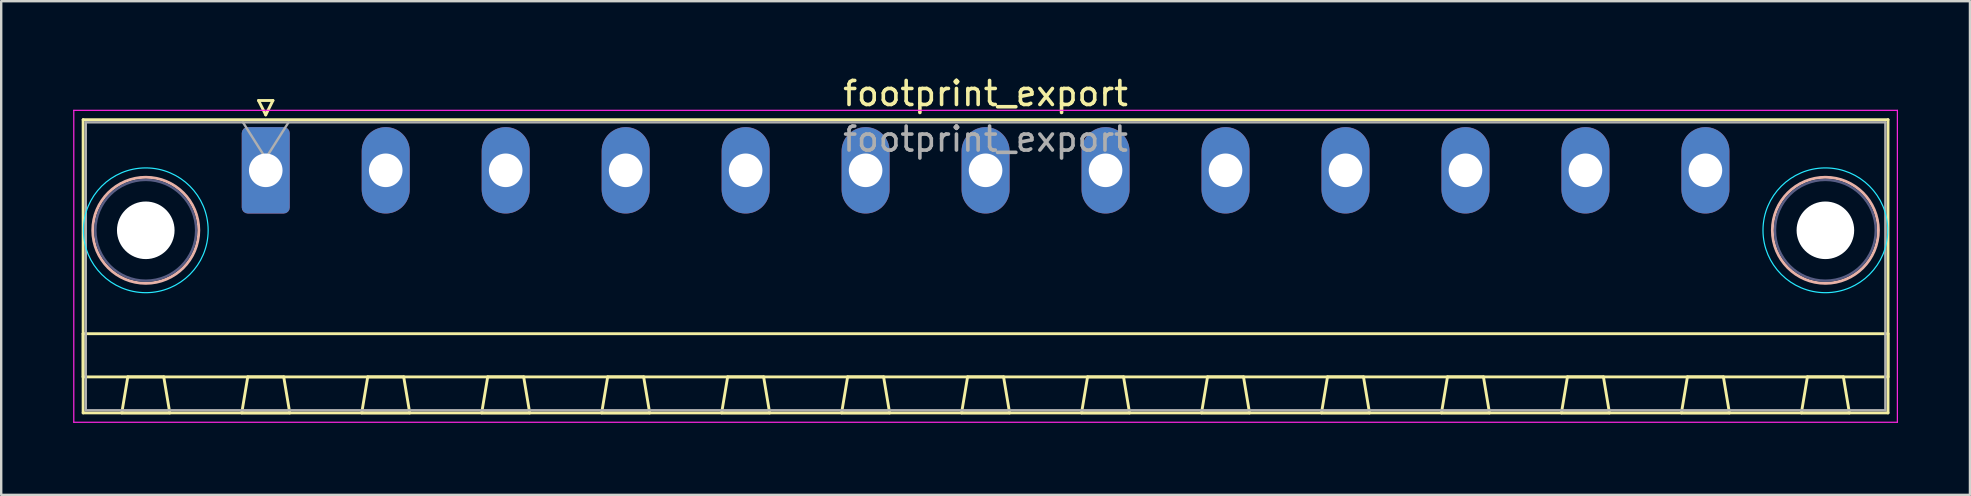
<source format=kicad_pcb>
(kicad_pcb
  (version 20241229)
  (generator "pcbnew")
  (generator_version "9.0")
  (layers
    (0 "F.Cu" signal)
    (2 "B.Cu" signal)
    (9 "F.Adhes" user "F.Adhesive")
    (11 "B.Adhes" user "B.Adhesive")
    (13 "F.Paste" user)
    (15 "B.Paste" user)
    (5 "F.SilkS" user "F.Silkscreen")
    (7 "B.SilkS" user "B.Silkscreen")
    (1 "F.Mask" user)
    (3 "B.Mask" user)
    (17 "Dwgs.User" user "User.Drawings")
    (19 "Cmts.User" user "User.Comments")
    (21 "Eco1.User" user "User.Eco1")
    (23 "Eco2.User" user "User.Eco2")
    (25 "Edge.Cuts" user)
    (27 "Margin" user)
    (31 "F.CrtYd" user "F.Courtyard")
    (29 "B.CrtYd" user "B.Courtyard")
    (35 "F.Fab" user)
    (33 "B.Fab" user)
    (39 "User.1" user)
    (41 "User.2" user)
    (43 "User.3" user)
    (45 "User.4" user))
  (footprint "footprint_export"
    (layer "F.Cu")
    (at 8.025 4.048)
    (property "Reference" "footprint_export" (at 30 -3.2 0) (layer "F.SilkS") (effects (font (size 1 1) (thickness 0.15))))
    (attr through_hole)
    (fp_line (start -7.61 -2.11) (end -7.61 10.11) (stroke (width 0.12) (type solid)) (layer "F.SilkS"))
    (fp_line (start -7.61 6.81) (end 67.61 6.81) (stroke (width 0.12) (type solid)) (layer "F.SilkS"))
    (fp_line (start -7.61 8.61) (end -7.61 6.81) (stroke (width 0.12) (type solid)) (layer "F.SilkS"))
    (fp_line (start -7.61 10.11) (end 67.61 10.11) (stroke (width 0.12) (type solid)) (layer "F.SilkS"))
    (fp_line (start -6 10.11) (end -4 10.11) (stroke (width 0.12) (type solid)) (layer "F.SilkS"))
    (fp_line (start -5.75 8.61) (end -6 10.11) (stroke (width 0.12) (type solid)) (layer "F.SilkS"))
    (fp_line (start -4.25 8.61) (end -5.75 8.61) (stroke (width 0.12) (type solid)) (layer "F.SilkS"))
    (fp_line (start -4 10.11) (end -4.25 8.61) (stroke (width 0.12) (type solid)) (layer "F.SilkS"))
    (fp_line (start -1 10.11) (end 1 10.11) (stroke (width 0.12) (type solid)) (layer "F.SilkS"))
    (fp_line (start -0.75 8.61) (end -1 10.11) (stroke (width 0.12) (type solid)) (layer "F.SilkS"))
    (fp_line (start -0.3 -2.91) (end 0.3 -2.91) (stroke (width 0.12) (type solid)) (layer "F.SilkS"))
    (fp_line (start 0 -2.31) (end -0.3 -2.91) (stroke (width 0.12) (type solid)) (layer "F.SilkS"))
    (fp_line (start 0.3 -2.91) (end 0 -2.31) (stroke (width 0.12) (type solid)) (layer "F.SilkS"))
    (fp_line (start 0.75 8.61) (end -0.75 8.61) (stroke (width 0.12) (type solid)) (layer "F.SilkS"))
    (fp_line (start 1 10.11) (end 0.75 8.61) (stroke (width 0.12) (type solid)) (layer "F.SilkS"))
    (fp_line (start 4 10.11) (end 6 10.11) (stroke (width 0.12) (type solid)) (layer "F.SilkS"))
    (fp_line (start 4.25 8.61) (end 4 10.11) (stroke (width 0.12) (type solid)) (layer "F.SilkS"))
    (fp_line (start 5.75 8.61) (end 4.25 8.61) (stroke (width 0.12) (type solid)) (layer "F.SilkS"))
    (fp_line (start 6 10.11) (end 5.75 8.61) (stroke (width 0.12) (type solid)) (layer "F.SilkS"))
    (fp_line (start 9 10.11) (end 11 10.11) (stroke (width 0.12) (type solid)) (layer "F.SilkS"))
    (fp_line (start 9.25 8.61) (end 9 10.11) (stroke (width 0.12) (type solid)) (layer "F.SilkS"))
    (fp_line (start 10.75 8.61) (end 9.25 8.61) (stroke (width 0.12) (type solid)) (layer "F.SilkS"))
    (fp_line (start 11 10.11) (end 10.75 8.61) (stroke (width 0.12) (type solid)) (layer "F.SilkS"))
    (fp_line (start 14 10.11) (end 16 10.11) (stroke (width 0.12) (type solid)) (layer "F.SilkS"))
    (fp_line (start 14.25 8.61) (end 14 10.11) (stroke (width 0.12) (type solid)) (layer "F.SilkS"))
    (fp_line (start 15.75 8.61) (end 14.25 8.61) (stroke (width 0.12) (type solid)) (layer "F.SilkS"))
    (fp_line (start 16 10.11) (end 15.75 8.61) (stroke (width 0.12) (type solid)) (layer "F.SilkS"))
    (fp_line (start 19 10.11) (end 21 10.11) (stroke (width 0.12) (type solid)) (layer "F.SilkS"))
    (fp_line (start 19.25 8.61) (end 19 10.11) (stroke (width 0.12) (type solid)) (layer "F.SilkS"))
    (fp_line (start 20.75 8.61) (end 19.25 8.61) (stroke (width 0.12) (type solid)) (layer "F.SilkS"))
    (fp_line (start 21 10.11) (end 20.75 8.61) (stroke (width 0.12) (type solid)) (layer "F.SilkS"))
    (fp_line (start 24 10.11) (end 26 10.11) (stroke (width 0.12) (type solid)) (layer "F.SilkS"))
    (fp_line (start 24.25 8.61) (end 24 10.11) (stroke (width 0.12) (type solid)) (layer "F.SilkS"))
    (fp_line (start 25.75 8.61) (end 24.25 8.61) (stroke (width 0.12) (type solid)) (layer "F.SilkS"))
    (fp_line (start 26 10.11) (end 25.75 8.61) (stroke (width 0.12) (type solid)) (layer "F.SilkS"))
    (fp_line (start 29 10.11) (end 31 10.11) (stroke (width 0.12) (type solid)) (layer "F.SilkS"))
    (fp_line (start 29.25 8.61) (end 29 10.11) (stroke (width 0.12) (type solid)) (layer "F.SilkS"))
    (fp_line (start 30.75 8.61) (end 29.25 8.61) (stroke (width 0.12) (type solid)) (layer "F.SilkS"))
    (fp_line (start 31 10.11) (end 30.75 8.61) (stroke (width 0.12) (type solid)) (layer "F.SilkS"))
    (fp_line (start 34 10.11) (end 36 10.11) (stroke (width 0.12) (type solid)) (layer "F.SilkS"))
    (fp_line (start 34.25 8.61) (end 34 10.11) (stroke (width 0.12) (type solid)) (layer "F.SilkS"))
    (fp_line (start 35.75 8.61) (end 34.25 8.61) (stroke (width 0.12) (type solid)) (layer "F.SilkS"))
    (fp_line (start 36 10.11) (end 35.75 8.61) (stroke (width 0.12) (type solid)) (layer "F.SilkS"))
    (fp_line (start 39 10.11) (end 41 10.11) (stroke (width 0.12) (type solid)) (layer "F.SilkS"))
    (fp_line (start 39.25 8.61) (end 39 10.11) (stroke (width 0.12) (type solid)) (layer "F.SilkS"))
    (fp_line (start 40.75 8.61) (end 39.25 8.61) (stroke (width 0.12) (type solid)) (layer "F.SilkS"))
    (fp_line (start 41 10.11) (end 40.75 8.61) (stroke (width 0.12) (type solid)) (layer "F.SilkS"))
    (fp_line (start 44 10.11) (end 46 10.11) (stroke (width 0.12) (type solid)) (layer "F.SilkS"))
    (fp_line (start 44.25 8.61) (end 44 10.11) (stroke (width 0.12) (type solid)) (layer "F.SilkS"))
    (fp_line (start 45.75 8.61) (end 44.25 8.61) (stroke (width 0.12) (type solid)) (layer "F.SilkS"))
    (fp_line (start 46 10.11) (end 45.75 8.61) (stroke (width 0.12) (type solid)) (layer "F.SilkS"))
    (fp_line (start 49 10.11) (end 51 10.11) (stroke (width 0.12) (type solid)) (layer "F.SilkS"))
    (fp_line (start 49.25 8.61) (end 49 10.11) (stroke (width 0.12) (type solid)) (layer "F.SilkS"))
    (fp_line (start 50.75 8.61) (end 49.25 8.61) (stroke (width 0.12) (type solid)) (layer "F.SilkS"))
    (fp_line (start 51 10.11) (end 50.75 8.61) (stroke (width 0.12) (type solid)) (layer "F.SilkS"))
    (fp_line (start 54 10.11) (end 56 10.11) (stroke (width 0.12) (type solid)) (layer "F.SilkS"))
    (fp_line (start 54.25 8.61) (end 54 10.11) (stroke (width 0.12) (type solid)) (layer "F.SilkS"))
    (fp_line (start 55.75 8.61) (end 54.25 8.61) (stroke (width 0.12) (type solid)) (layer "F.SilkS"))
    (fp_line (start 56 10.11) (end 55.75 8.61) (stroke (width 0.12) (type solid)) (layer "F.SilkS"))
    (fp_line (start 59 10.11) (end 61 10.11) (stroke (width 0.12) (type solid)) (layer "F.SilkS"))
    (fp_line (start 59.25 8.61) (end 59 10.11) (stroke (width 0.12) (type solid)) (layer "F.SilkS"))
    (fp_line (start 60.75 8.61) (end 59.25 8.61) (stroke (width 0.12) (type solid)) (layer "F.SilkS"))
    (fp_line (start 61 10.11) (end 60.75 8.61) (stroke (width 0.12) (type solid)) (layer "F.SilkS"))
    (fp_line (start 64 10.11) (end 66 10.11) (stroke (width 0.12) (type solid)) (layer "F.SilkS"))
    (fp_line (start 64.25 8.61) (end 64 10.11) (stroke (width 0.12) (type solid)) (layer "F.SilkS"))
    (fp_line (start 65.75 8.61) (end 64.25 8.61) (stroke (width 0.12) (type solid)) (layer "F.SilkS"))
    (fp_line (start 66 10.11) (end 65.75 8.61) (stroke (width 0.12) (type solid)) (layer "F.SilkS"))
    (fp_line (start 67.61 -2.11) (end -7.61 -2.11) (stroke (width 0.12) (type solid)) (layer "F.SilkS"))
    (fp_line (start 67.61 6.81) (end 67.61 8.61) (stroke (width 0.12) (type solid)) (layer "F.SilkS"))
    (fp_line (start 67.61 8.61) (end -7.61 8.61) (stroke (width 0.12) (type solid)) (layer "F.SilkS"))
    (fp_line (start 67.61 10.11) (end 67.61 -2.11) (stroke (width 0.12) (type solid)) (layer "F.SilkS"))
    (fp_circle (center -5 2.5) (end -2.79 2.5) (stroke (width 0.12) (type solid)) (fill no) (layer "B.SilkS"))
    (fp_circle (center 65 2.5) (end 67.21 2.5) (stroke (width 0.12) (type solid)) (fill no) (layer "B.SilkS"))
    (fp_circle (center -5 2.5) (end -2.4 2.5) (stroke (width 0.05) (type solid)) (fill no) (layer "B.CrtYd"))
    (fp_circle (center 65 2.5) (end 67.6 2.5) (stroke (width 0.05) (type solid)) (fill no) (layer "B.CrtYd"))
    (fp_line (start -8 -2.5) (end -8 10.5) (stroke (width 0.05) (type solid)) (layer "F.CrtYd"))
    (fp_line (start -8 10.5) (end 68 10.5) (stroke (width 0.05) (type solid)) (layer "F.CrtYd"))
    (fp_line (start 68 -2.5) (end -8 -2.5) (stroke (width 0.05) (type solid)) (layer "F.CrtYd"))
    (fp_line (start 68 10.5) (end 68 -2.5) (stroke (width 0.05) (type solid)) (layer "F.CrtYd"))
    (fp_circle (center -5 2.5) (end -2.9 2.5) (stroke (width 0.1) (type solid)) (fill no) (layer "B.Fab"))
    (fp_circle (center 65 2.5) (end 67.1 2.5) (stroke (width 0.1) (type solid)) (fill no) (layer "B.Fab"))
    (fp_line (start -7.5 -2) (end -7.5 10) (stroke (width 0.1) (type solid)) (layer "F.Fab"))
    (fp_line (start -7.5 10) (end 67.5 10) (stroke (width 0.1) (type solid)) (layer "F.Fab"))
    (fp_line (start 0 -0.5) (end -0.95 -2) (stroke (width 0.1) (type solid)) (layer "F.Fab"))
    (fp_line (start 0.95 -2) (end 0 -0.5) (stroke (width 0.1) (type solid)) (layer "F.Fab"))
    (fp_line (start 67.5 -2) (end -7.5 -2) (stroke (width 0.1) (type solid)) (layer "F.Fab"))
    (fp_line (start 67.5 10) (end 67.5 -2) (stroke (width 0.1) (type solid)) (layer "F.Fab"))
    (fp_text user "${REFERENCE}" (at 30 -1.3 0) (layer "F.Fab") (effects (font (size 1 1) (thickness 0.15))))
    (pad "" np_thru_hole circle (at -5 2.5) (size 2.4 2.4) (drill 2.4) (layers "*.Cu" "*.Mask"))
    (pad "" np_thru_hole circle (at 65 2.5) (size 2.4 2.4) (drill 2.4) (layers "*.Cu" "*.Mask"))
    (pad "1" thru_hole roundrect (at 0 0) (size 2 3.6) (drill 1.4) (layers "*.Cu" "*.Mask") (roundrect_rratio 0.125))
    (pad "2" thru_hole oval (at 5 0) (size 2 3.6) (drill 1.4) (layers "*.Cu" "*.Mask"))
    (pad "3" thru_hole oval (at 10 0) (size 2 3.6) (drill 1.4) (layers "*.Cu" "*.Mask"))
    (pad "4" thru_hole oval (at 15 0) (size 2 3.6) (drill 1.4) (layers "*.Cu" "*.Mask"))
    (pad "5" thru_hole oval (at 20 0) (size 2 3.6) (drill 1.4) (layers "*.Cu" "*.Mask"))
    (pad "6" thru_hole oval (at 25 0) (size 2 3.6) (drill 1.4) (layers "*.Cu" "*.Mask"))
    (pad "7" thru_hole oval (at 30 0) (size 2 3.6) (drill 1.4) (layers "*.Cu" "*.Mask"))
    (pad "8" thru_hole oval (at 35 0) (size 2 3.6) (drill 1.4) (layers "*.Cu" "*.Mask"))
    (pad "9" thru_hole oval (at 40 0) (size 2 3.6) (drill 1.4) (layers "*.Cu" "*.Mask"))
    (pad "10" thru_hole oval (at 45 0) (size 2 3.6) (drill 1.4) (layers "*.Cu" "*.Mask"))
    (pad "11" thru_hole oval (at 50 0) (size 2 3.6) (drill 1.4) (layers "*.Cu" "*.Mask"))
    (pad "12" thru_hole oval (at 55 0) (size 2 3.6) (drill 1.4) (layers "*.Cu" "*.Mask"))
    (pad "13" thru_hole oval (at 60 0) (size 2 3.6) (drill 1.4) (layers "*.Cu" "*.Mask")))
  (gr_rect
    (start -3 -3)
    (end 79.05 17.573)
    (stroke (width 0.1) (type default))
    (fill no)
    (layer "Edge.Cuts")))
</source>
